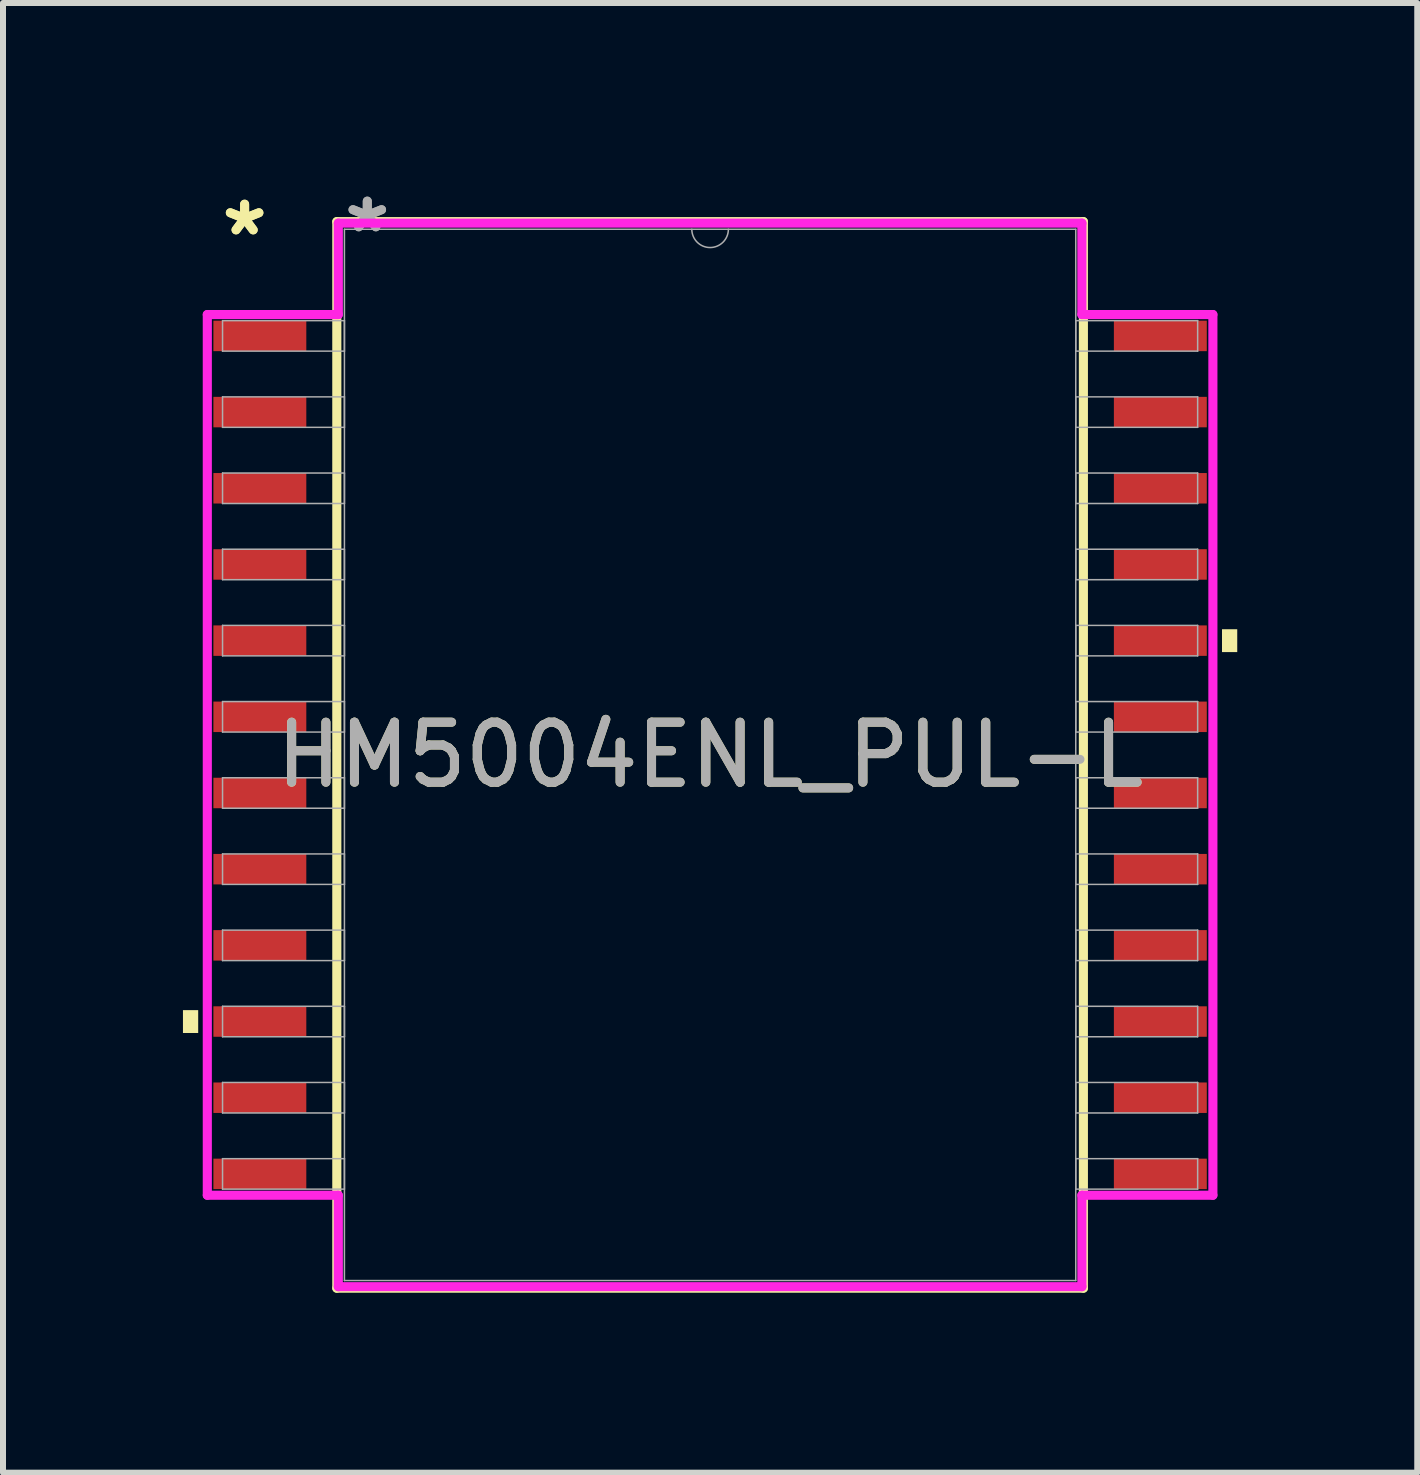
<source format=kicad_pcb>
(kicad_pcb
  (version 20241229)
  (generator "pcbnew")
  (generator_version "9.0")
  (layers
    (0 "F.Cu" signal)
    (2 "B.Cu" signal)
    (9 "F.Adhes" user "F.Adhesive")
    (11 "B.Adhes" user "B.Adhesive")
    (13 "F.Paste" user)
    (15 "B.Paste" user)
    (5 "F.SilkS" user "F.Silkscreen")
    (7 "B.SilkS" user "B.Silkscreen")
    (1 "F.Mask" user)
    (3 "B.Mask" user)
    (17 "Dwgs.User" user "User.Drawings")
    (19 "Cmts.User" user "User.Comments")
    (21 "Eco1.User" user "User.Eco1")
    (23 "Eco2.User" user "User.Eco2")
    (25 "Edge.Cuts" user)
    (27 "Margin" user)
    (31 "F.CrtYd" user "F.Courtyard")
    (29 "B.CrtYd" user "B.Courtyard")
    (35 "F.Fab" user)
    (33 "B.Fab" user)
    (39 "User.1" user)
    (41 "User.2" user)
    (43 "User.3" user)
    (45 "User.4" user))
  (footprint "HM5004ENL_PUL-L"
    (layer "F.Cu")
    (at 8.788 9.535)
    (property "Reference" "HM5004ENL_PUL-L" (at 0 0 0) (unlocked yes) (layer "F.SilkS") (effects (font (size 1 1) (thickness 0.15))))
    (attr smd)
    (fp_line (start -6.223 -8.89) (end -6.223 8.89) (stroke (width 0.152) (type solid)) (layer "F.SilkS"))
    (fp_line (start -6.223 8.89) (end 6.223 8.89) (stroke (width 0.152) (type solid)) (layer "F.SilkS"))
    (fp_line (start 6.223 -8.89) (end -6.223 -8.89) (stroke (width 0.152) (type solid)) (layer "F.SilkS"))
    (fp_line (start 6.223 8.89) (end 6.223 -8.89) (stroke (width 0.152) (type solid)) (layer "F.SilkS"))
    (fp_poly (pts (xy -8.788 4.255) (xy -8.788 4.636) (xy -8.534 4.636) (xy -8.534 4.255)) (stroke (width 0) (type solid)) (fill yes) (layer "F.SilkS"))
    (fp_poly (pts (xy 8.788 -2.095) (xy 8.788 -1.714) (xy 8.534 -1.714) (xy 8.534 -2.095)) (stroke (width 0) (type solid)) (fill yes) (layer "F.SilkS"))
    (fp_line (start -8.382 -7.341) (end -6.198 -7.341) (stroke (width 0.152) (type solid)) (layer "F.CrtYd"))
    (fp_line (start -8.382 7.341) (end -8.382 -7.341) (stroke (width 0.152) (type solid)) (layer "F.CrtYd"))
    (fp_line (start -8.382 7.341) (end -6.198 7.341) (stroke (width 0.152) (type solid)) (layer "F.CrtYd"))
    (fp_line (start -6.198 -8.865) (end 6.198 -8.865) (stroke (width 0.152) (type solid)) (layer "F.CrtYd"))
    (fp_line (start -6.198 -7.341) (end -6.198 -8.865) (stroke (width 0.152) (type solid)) (layer "F.CrtYd"))
    (fp_line (start -6.198 8.865) (end -6.198 7.341) (stroke (width 0.152) (type solid)) (layer "F.CrtYd"))
    (fp_line (start 6.198 -8.865) (end 6.198 -7.341) (stroke (width 0.152) (type solid)) (layer "F.CrtYd"))
    (fp_line (start 6.198 7.341) (end 6.198 8.865) (stroke (width 0.152) (type solid)) (layer "F.CrtYd"))
    (fp_line (start 6.198 8.865) (end -6.198 8.865) (stroke (width 0.152) (type solid)) (layer "F.CrtYd"))
    (fp_line (start 8.382 -7.341) (end 6.198 -7.341) (stroke (width 0.152) (type solid)) (layer "F.CrtYd"))
    (fp_line (start 8.382 -7.341) (end 8.382 7.341) (stroke (width 0.152) (type solid)) (layer "F.CrtYd"))
    (fp_line (start 8.382 7.341) (end 6.198 7.341) (stroke (width 0.152) (type solid)) (layer "F.CrtYd"))
    (fp_line (start -8.128 -7.239) (end -8.128 -6.731) (stroke (width 0.025) (type solid)) (layer "F.Fab"))
    (fp_line (start -8.128 -6.731) (end -6.096 -6.731) (stroke (width 0.025) (type solid)) (layer "F.Fab"))
    (fp_line (start -8.128 -5.969) (end -8.128 -5.461) (stroke (width 0.025) (type solid)) (layer "F.Fab"))
    (fp_line (start -8.128 -5.461) (end -6.096 -5.461) (stroke (width 0.025) (type solid)) (layer "F.Fab"))
    (fp_line (start -8.128 -4.699) (end -8.128 -4.191) (stroke (width 0.025) (type solid)) (layer "F.Fab"))
    (fp_line (start -8.128 -4.191) (end -6.096 -4.191) (stroke (width 0.025) (type solid)) (layer "F.Fab"))
    (fp_line (start -8.128 -3.429) (end -8.128 -2.921) (stroke (width 0.025) (type solid)) (layer "F.Fab"))
    (fp_line (start -8.128 -2.921) (end -6.096 -2.921) (stroke (width 0.025) (type solid)) (layer "F.Fab"))
    (fp_line (start -8.128 -2.159) (end -8.128 -1.651) (stroke (width 0.025) (type solid)) (layer "F.Fab"))
    (fp_line (start -8.128 -1.651) (end -6.096 -1.651) (stroke (width 0.025) (type solid)) (layer "F.Fab"))
    (fp_line (start -8.128 -0.889) (end -8.128 -0.381) (stroke (width 0.025) (type solid)) (layer "F.Fab"))
    (fp_line (start -8.128 -0.381) (end -6.096 -0.381) (stroke (width 0.025) (type solid)) (layer "F.Fab"))
    (fp_line (start -8.128 0.381) (end -8.128 0.889) (stroke (width 0.025) (type solid)) (layer "F.Fab"))
    (fp_line (start -8.128 0.889) (end -6.096 0.889) (stroke (width 0.025) (type solid)) (layer "F.Fab"))
    (fp_line (start -8.128 1.651) (end -8.128 2.159) (stroke (width 0.025) (type solid)) (layer "F.Fab"))
    (fp_line (start -8.128 2.159) (end -6.096 2.159) (stroke (width 0.025) (type solid)) (layer "F.Fab"))
    (fp_line (start -8.128 2.921) (end -8.128 3.429) (stroke (width 0.025) (type solid)) (layer "F.Fab"))
    (fp_line (start -8.128 3.429) (end -6.096 3.429) (stroke (width 0.025) (type solid)) (layer "F.Fab"))
    (fp_line (start -8.128 4.191) (end -8.128 4.699) (stroke (width 0.025) (type solid)) (layer "F.Fab"))
    (fp_line (start -8.128 4.699) (end -6.096 4.699) (stroke (width 0.025) (type solid)) (layer "F.Fab"))
    (fp_line (start -8.128 5.461) (end -8.128 5.969) (stroke (width 0.025) (type solid)) (layer "F.Fab"))
    (fp_line (start -8.128 5.969) (end -6.096 5.969) (stroke (width 0.025) (type solid)) (layer "F.Fab"))
    (fp_line (start -8.128 6.731) (end -8.128 7.239) (stroke (width 0.025) (type solid)) (layer "F.Fab"))
    (fp_line (start -8.128 7.239) (end -6.096 7.239) (stroke (width 0.025) (type solid)) (layer "F.Fab"))
    (fp_line (start -6.096 -8.763) (end -6.096 8.763) (stroke (width 0.025) (type solid)) (layer "F.Fab"))
    (fp_line (start -6.096 -7.239) (end -8.128 -7.239) (stroke (width 0.025) (type solid)) (layer "F.Fab"))
    (fp_line (start -6.096 -6.731) (end -6.096 -7.239) (stroke (width 0.025) (type solid)) (layer "F.Fab"))
    (fp_line (start -6.096 -5.969) (end -8.128 -5.969) (stroke (width 0.025) (type solid)) (layer "F.Fab"))
    (fp_line (start -6.096 -5.461) (end -6.096 -5.969) (stroke (width 0.025) (type solid)) (layer "F.Fab"))
    (fp_line (start -6.096 -4.699) (end -8.128 -4.699) (stroke (width 0.025) (type solid)) (layer "F.Fab"))
    (fp_line (start -6.096 -4.191) (end -6.096 -4.699) (stroke (width 0.025) (type solid)) (layer "F.Fab"))
    (fp_line (start -6.096 -3.429) (end -8.128 -3.429) (stroke (width 0.025) (type solid)) (layer "F.Fab"))
    (fp_line (start -6.096 -2.921) (end -6.096 -3.429) (stroke (width 0.025) (type solid)) (layer "F.Fab"))
    (fp_line (start -6.096 -2.159) (end -8.128 -2.159) (stroke (width 0.025) (type solid)) (layer "F.Fab"))
    (fp_line (start -6.096 -1.651) (end -6.096 -2.159) (stroke (width 0.025) (type solid)) (layer "F.Fab"))
    (fp_line (start -6.096 -0.889) (end -8.128 -0.889) (stroke (width 0.025) (type solid)) (layer "F.Fab"))
    (fp_line (start -6.096 -0.381) (end -6.096 -0.889) (stroke (width 0.025) (type solid)) (layer "F.Fab"))
    (fp_line (start -6.096 0.381) (end -8.128 0.381) (stroke (width 0.025) (type solid)) (layer "F.Fab"))
    (fp_line (start -6.096 0.889) (end -6.096 0.381) (stroke (width 0.025) (type solid)) (layer "F.Fab"))
    (fp_line (start -6.096 1.651) (end -8.128 1.651) (stroke (width 0.025) (type solid)) (layer "F.Fab"))
    (fp_line (start -6.096 2.159) (end -6.096 1.651) (stroke (width 0.025) (type solid)) (layer "F.Fab"))
    (fp_line (start -6.096 2.921) (end -8.128 2.921) (stroke (width 0.025) (type solid)) (layer "F.Fab"))
    (fp_line (start -6.096 3.429) (end -6.096 2.921) (stroke (width 0.025) (type solid)) (layer "F.Fab"))
    (fp_line (start -6.096 4.191) (end -8.128 4.191) (stroke (width 0.025) (type solid)) (layer "F.Fab"))
    (fp_line (start -6.096 4.699) (end -6.096 4.191) (stroke (width 0.025) (type solid)) (layer "F.Fab"))
    (fp_line (start -6.096 5.461) (end -8.128 5.461) (stroke (width 0.025) (type solid)) (layer "F.Fab"))
    (fp_line (start -6.096 5.969) (end -6.096 5.461) (stroke (width 0.025) (type solid)) (layer "F.Fab"))
    (fp_line (start -6.096 6.731) (end -8.128 6.731) (stroke (width 0.025) (type solid)) (layer "F.Fab"))
    (fp_line (start -6.096 7.239) (end -6.096 6.731) (stroke (width 0.025) (type solid)) (layer "F.Fab"))
    (fp_line (start -6.096 8.763) (end 6.096 8.763) (stroke (width 0.025) (type solid)) (layer "F.Fab"))
    (fp_line (start 6.096 -8.763) (end -6.096 -8.763) (stroke (width 0.025) (type solid)) (layer "F.Fab"))
    (fp_line (start 6.096 -7.239) (end 6.096 -6.731) (stroke (width 0.025) (type solid)) (layer "F.Fab"))
    (fp_line (start 6.096 -6.731) (end 8.128 -6.731) (stroke (width 0.025) (type solid)) (layer "F.Fab"))
    (fp_line (start 6.096 -5.969) (end 6.096 -5.461) (stroke (width 0.025) (type solid)) (layer "F.Fab"))
    (fp_line (start 6.096 -5.461) (end 8.128 -5.461) (stroke (width 0.025) (type solid)) (layer "F.Fab"))
    (fp_line (start 6.096 -4.699) (end 6.096 -4.191) (stroke (width 0.025) (type solid)) (layer "F.Fab"))
    (fp_line (start 6.096 -4.191) (end 8.128 -4.191) (stroke (width 0.025) (type solid)) (layer "F.Fab"))
    (fp_line (start 6.096 -3.429) (end 6.096 -2.921) (stroke (width 0.025) (type solid)) (layer "F.Fab"))
    (fp_line (start 6.096 -2.921) (end 8.128 -2.921) (stroke (width 0.025) (type solid)) (layer "F.Fab"))
    (fp_line (start 6.096 -2.159) (end 6.096 -1.651) (stroke (width 0.025) (type solid)) (layer "F.Fab"))
    (fp_line (start 6.096 -1.651) (end 8.128 -1.651) (stroke (width 0.025) (type solid)) (layer "F.Fab"))
    (fp_line (start 6.096 -0.889) (end 6.096 -0.381) (stroke (width 0.025) (type solid)) (layer "F.Fab"))
    (fp_line (start 6.096 -0.381) (end 8.128 -0.381) (stroke (width 0.025) (type solid)) (layer "F.Fab"))
    (fp_line (start 6.096 0.381) (end 6.096 0.889) (stroke (width 0.025) (type solid)) (layer "F.Fab"))
    (fp_line (start 6.096 0.889) (end 8.128 0.889) (stroke (width 0.025) (type solid)) (layer "F.Fab"))
    (fp_line (start 6.096 1.651) (end 6.096 2.159) (stroke (width 0.025) (type solid)) (layer "F.Fab"))
    (fp_line (start 6.096 2.159) (end 8.128 2.159) (stroke (width 0.025) (type solid)) (layer "F.Fab"))
    (fp_line (start 6.096 2.921) (end 6.096 3.429) (stroke (width 0.025) (type solid)) (layer "F.Fab"))
    (fp_line (start 6.096 3.429) (end 8.128 3.429) (stroke (width 0.025) (type solid)) (layer "F.Fab"))
    (fp_line (start 6.096 4.191) (end 6.096 4.699) (stroke (width 0.025) (type solid)) (layer "F.Fab"))
    (fp_line (start 6.096 4.699) (end 8.128 4.699) (stroke (width 0.025) (type solid)) (layer "F.Fab"))
    (fp_line (start 6.096 5.461) (end 6.096 5.969) (stroke (width 0.025) (type solid)) (layer "F.Fab"))
    (fp_line (start 6.096 5.969) (end 8.128 5.969) (stroke (width 0.025) (type solid)) (layer "F.Fab"))
    (fp_line (start 6.096 6.731) (end 6.096 7.239) (stroke (width 0.025) (type solid)) (layer "F.Fab"))
    (fp_line (start 6.096 7.239) (end 8.128 7.239) (stroke (width 0.025) (type solid)) (layer "F.Fab"))
    (fp_line (start 6.096 8.763) (end 6.096 -8.763) (stroke (width 0.025) (type solid)) (layer "F.Fab"))
    (fp_line (start 8.128 -7.239) (end 6.096 -7.239) (stroke (width 0.025) (type solid)) (layer "F.Fab"))
    (fp_line (start 8.128 -6.731) (end 8.128 -7.239) (stroke (width 0.025) (type solid)) (layer "F.Fab"))
    (fp_line (start 8.128 -5.969) (end 6.096 -5.969) (stroke (width 0.025) (type solid)) (layer "F.Fab"))
    (fp_line (start 8.128 -5.461) (end 8.128 -5.969) (stroke (width 0.025) (type solid)) (layer "F.Fab"))
    (fp_line (start 8.128 -4.699) (end 6.096 -4.699) (stroke (width 0.025) (type solid)) (layer "F.Fab"))
    (fp_line (start 8.128 -4.191) (end 8.128 -4.699) (stroke (width 0.025) (type solid)) (layer "F.Fab"))
    (fp_line (start 8.128 -3.429) (end 6.096 -3.429) (stroke (width 0.025) (type solid)) (layer "F.Fab"))
    (fp_line (start 8.128 -2.921) (end 8.128 -3.429) (stroke (width 0.025) (type solid)) (layer "F.Fab"))
    (fp_line (start 8.128 -2.159) (end 6.096 -2.159) (stroke (width 0.025) (type solid)) (layer "F.Fab"))
    (fp_line (start 8.128 -1.651) (end 8.128 -2.159) (stroke (width 0.025) (type solid)) (layer "F.Fab"))
    (fp_line (start 8.128 -0.889) (end 6.096 -0.889) (stroke (width 0.025) (type solid)) (layer "F.Fab"))
    (fp_line (start 8.128 -0.381) (end 8.128 -0.889) (stroke (width 0.025) (type solid)) (layer "F.Fab"))
    (fp_line (start 8.128 0.381) (end 6.096 0.381) (stroke (width 0.025) (type solid)) (layer "F.Fab"))
    (fp_line (start 8.128 0.889) (end 8.128 0.381) (stroke (width 0.025) (type solid)) (layer "F.Fab"))
    (fp_line (start 8.128 1.651) (end 6.096 1.651) (stroke (width 0.025) (type solid)) (layer "F.Fab"))
    (fp_line (start 8.128 2.159) (end 8.128 1.651) (stroke (width 0.025) (type solid)) (layer "F.Fab"))
    (fp_line (start 8.128 2.921) (end 6.096 2.921) (stroke (width 0.025) (type solid)) (layer "F.Fab"))
    (fp_line (start 8.128 3.429) (end 8.128 2.921) (stroke (width 0.025) (type solid)) (layer "F.Fab"))
    (fp_line (start 8.128 4.191) (end 6.096 4.191) (stroke (width 0.025) (type solid)) (layer "F.Fab"))
    (fp_line (start 8.128 4.699) (end 8.128 4.191) (stroke (width 0.025) (type solid)) (layer "F.Fab"))
    (fp_line (start 8.128 5.461) (end 6.096 5.461) (stroke (width 0.025) (type solid)) (layer "F.Fab"))
    (fp_line (start 8.128 5.969) (end 8.128 5.461) (stroke (width 0.025) (type solid)) (layer "F.Fab"))
    (fp_line (start 8.128 6.731) (end 6.096 6.731) (stroke (width 0.025) (type solid)) (layer "F.Fab"))
    (fp_line (start 8.128 7.239) (end 8.128 6.731) (stroke (width 0.025) (type solid)) (layer "F.Fab"))
    (fp_arc (start 0.3048 -8.763) (mid 0 -8.4582) (end -0.3048 -8.763) (stroke (width 0.0254) (type solid)) (layer "F.Fab"))
    (fp_text user "*" (at -7.76 -8.636 0) (unlocked yes) (layer "F.SilkS") (effects (font (size 1 1) (thickness 0.15))))
    (fp_text user "*" (at -7.76 -8.636 0) (layer "F.SilkS") (effects (font (size 1 1) (thickness 0.15))))
    (fp_text user "${REFERENCE}" (at 0 0 0) (unlocked yes) (layer "F.Fab") (effects (font (size 1 1) (thickness 0.15))))
    (fp_text user "*" (at -5.715 -8.687 0) (unlocked yes) (layer "F.Fab") (effects (font (size 1 1) (thickness 0.15))))
    (fp_text user "*" (at -5.715 -8.687 0) (layer "F.Fab") (effects (font (size 1 1) (thickness 0.15))))
    (pad "1" smd rect (at -7.506 -6.985) (size 1.549 0.508) (layers "F.Cu" "F.Mask" "F.Paste"))
    (pad "2" smd rect (at -7.506 -5.715) (size 1.549 0.508) (layers "F.Cu" "F.Mask" "F.Paste"))
    (pad "3" smd rect (at -7.506 -4.445) (size 1.549 0.508) (layers "F.Cu" "F.Mask" "F.Paste"))
    (pad "4" smd rect (at -7.506 -3.175) (size 1.549 0.508) (layers "F.Cu" "F.Mask" "F.Paste"))
    (pad "5" smd rect (at -7.506 -1.905) (size 1.549 0.508) (layers "F.Cu" "F.Mask" "F.Paste"))
    (pad "6" smd rect (at -7.506 -0.635) (size 1.549 0.508) (layers "F.Cu" "F.Mask" "F.Paste"))
    (pad "7" smd rect (at -7.506 0.635) (size 1.549 0.508) (layers "F.Cu" "F.Mask" "F.Paste"))
    (pad "8" smd rect (at -7.506 1.905) (size 1.549 0.508) (layers "F.Cu" "F.Mask" "F.Paste"))
    (pad "9" smd rect (at -7.506 3.175) (size 1.549 0.508) (layers "F.Cu" "F.Mask" "F.Paste"))
    (pad "10" smd rect (at -7.506 4.445) (size 1.549 0.508) (layers "F.Cu" "F.Mask" "F.Paste"))
    (pad "11" smd rect (at -7.506 5.715) (size 1.549 0.508) (layers "F.Cu" "F.Mask" "F.Paste"))
    (pad "12" smd rect (at -7.506 6.985) (size 1.549 0.508) (layers "F.Cu" "F.Mask" "F.Paste"))
    (pad "13" smd rect (at 7.506 6.985) (size 1.549 0.508) (layers "F.Cu" "F.Mask" "F.Paste"))
    (pad "14" smd rect (at 7.506 5.715) (size 1.549 0.508) (layers "F.Cu" "F.Mask" "F.Paste"))
    (pad "15" smd rect (at 7.506 4.445) (size 1.549 0.508) (layers "F.Cu" "F.Mask" "F.Paste"))
    (pad "16" smd rect (at 7.506 3.175) (size 1.549 0.508) (layers "F.Cu" "F.Mask" "F.Paste"))
    (pad "17" smd rect (at 7.506 1.905) (size 1.549 0.508) (layers "F.Cu" "F.Mask" "F.Paste"))
    (pad "18" smd rect (at 7.506 0.635) (size 1.549 0.508) (layers "F.Cu" "F.Mask" "F.Paste"))
    (pad "19" smd rect (at 7.506 -0.635) (size 1.549 0.508) (layers "F.Cu" "F.Mask" "F.Paste"))
    (pad "20" smd rect (at 7.506 -1.905) (size 1.549 0.508) (layers "F.Cu" "F.Mask" "F.Paste"))
    (pad "21" smd rect (at 7.506 -3.175) (size 1.549 0.508) (layers "F.Cu" "F.Mask" "F.Paste"))
    (pad "22" smd rect (at 7.506 -4.445) (size 1.549 0.508) (layers "F.Cu" "F.Mask" "F.Paste"))
    (pad "23" smd rect (at 7.506 -5.715) (size 1.549 0.508) (layers "F.Cu" "F.Mask" "F.Paste"))
    (pad "24" smd rect (at 7.506 -6.985) (size 1.549 0.508) (layers "F.Cu" "F.Mask" "F.Paste")))
  (gr_rect
    (start -3 -3)
    (end 20.577 21.501)
    (stroke (width 0.1) (type default))
    (fill no)
    (layer "Edge.Cuts")))
</source>
